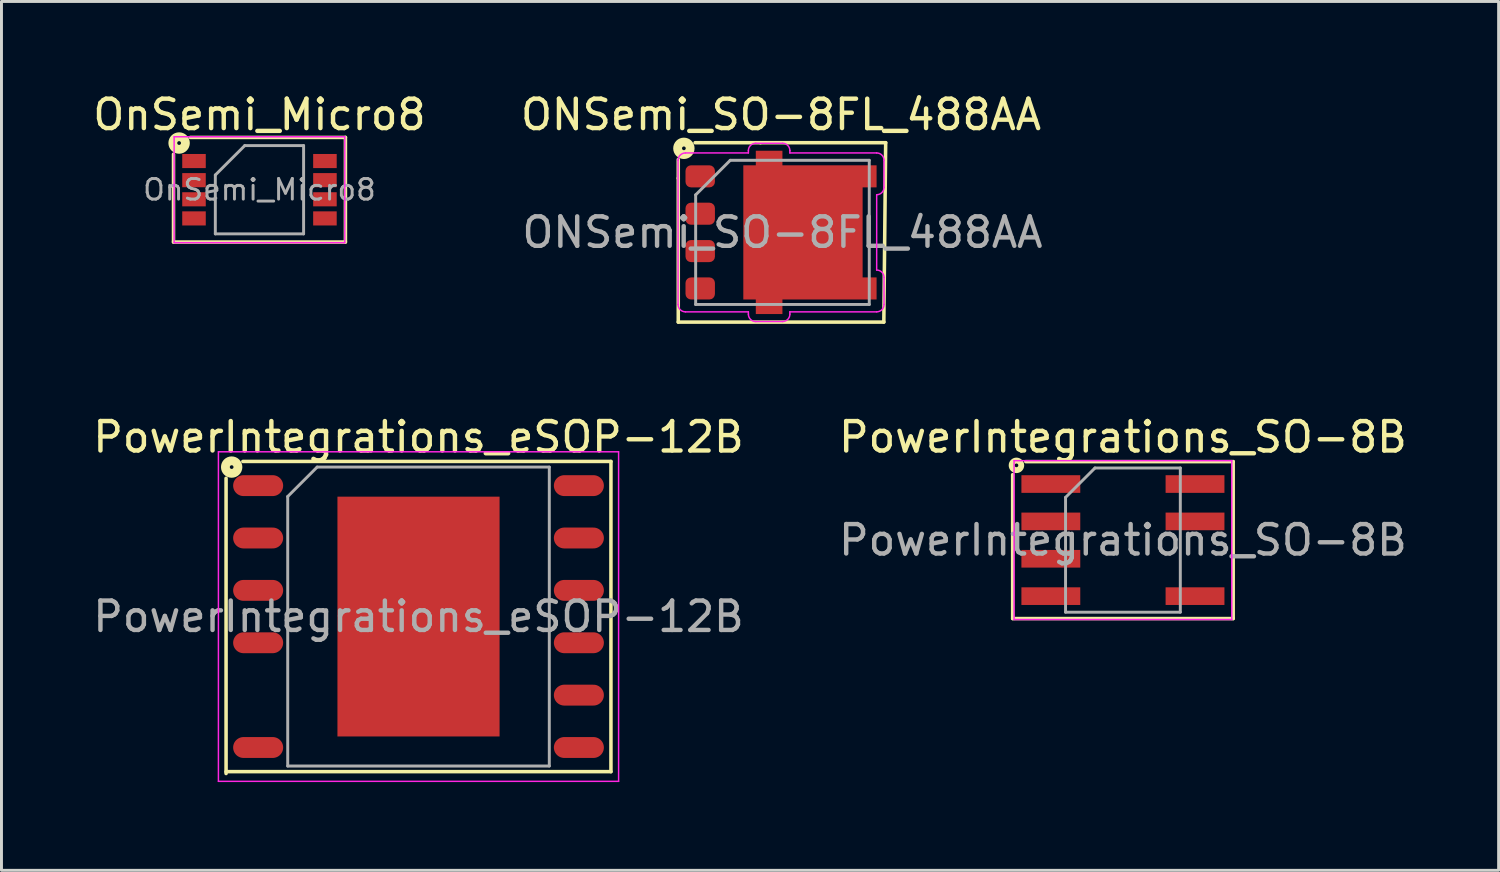
<source format=kicad_pcb>
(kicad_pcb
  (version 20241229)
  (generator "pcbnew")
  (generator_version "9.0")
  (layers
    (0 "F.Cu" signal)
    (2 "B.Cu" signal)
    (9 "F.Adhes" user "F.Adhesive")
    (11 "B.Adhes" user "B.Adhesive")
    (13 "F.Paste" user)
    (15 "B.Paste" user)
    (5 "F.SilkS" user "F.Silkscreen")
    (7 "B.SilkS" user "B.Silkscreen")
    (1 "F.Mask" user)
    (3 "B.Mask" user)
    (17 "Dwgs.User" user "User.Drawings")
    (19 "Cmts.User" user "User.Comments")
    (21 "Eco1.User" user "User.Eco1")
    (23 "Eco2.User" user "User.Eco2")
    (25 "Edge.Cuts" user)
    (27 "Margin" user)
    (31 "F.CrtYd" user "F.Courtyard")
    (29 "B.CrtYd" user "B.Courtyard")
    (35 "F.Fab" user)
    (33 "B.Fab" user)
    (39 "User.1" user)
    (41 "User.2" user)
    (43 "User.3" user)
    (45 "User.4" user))
  (footprint "ONSemi_SO-8FL_488AA"
    (layer "F.Cu")
    (at 23.494 4.848)
    (property "Reference" "ONSemi_SO-8FL_488AA" (at 0 -4 0) (layer "F.SilkS") (effects (font (size 1 1) (thickness 0.15))))
    (attr smd)
    (fp_line (start -3.493 -1.841) (end -3.493 -2.477) (stroke (width 0.12) (type solid)) (layer "F.SilkS"))
    (fp_line (start -3.493 -1.841) (end -3.493 3.048) (stroke (width 0.12) (type solid)) (layer "F.SilkS"))
    (fp_line (start -3.493 3.048) (end 3.493 3.048) (stroke (width 0.12) (type solid)) (layer "F.SilkS"))
    (fp_line (start -0.699 -3.048) (end -2.921 -3.048) (stroke (width 0.12) (type solid)) (layer "F.SilkS"))
    (fp_line (start 3.493 3.048) (end 3.556 -3.048) (stroke (width 0.12) (type solid)) (layer "F.SilkS"))
    (fp_line (start 3.556 -3.048) (end -0.699 -3.048) (stroke (width 0.12) (type solid)) (layer "F.SilkS"))
    (fp_circle (center -3.302 -2.857) (end -3.239 -2.857) (stroke (width 0.3) (type solid)) (fill no) (layer "F.SilkS"))
    (fp_line (start -3.5 2.45) (end -3.5 -2.45) (stroke (width 0.05) (type solid)) (layer "F.CrtYd"))
    (fp_line (start -3.25 -2.7) (end -1.11 -2.7) (stroke (width 0.05) (type solid)) (layer "F.CrtYd"))
    (fp_line (start -3.25 2.7) (end -1.11 2.7) (stroke (width 0.05) (type solid)) (layer "F.CrtYd"))
    (fp_line (start -1.11 -2.78) (end -1.11 -2.7) (stroke (width 0.05) (type solid)) (layer "F.CrtYd"))
    (fp_line (start -1.11 2.7) (end -1.11 2.78) (stroke (width 0.05) (type solid)) (layer "F.CrtYd"))
    (fp_line (start -0.86 -3.03) (end 0.05 -3.03) (stroke (width 0.05) (type solid)) (layer "F.CrtYd"))
    (fp_line (start -0.86 3.03) (end 0.05 3.03) (stroke (width 0.05) (type solid)) (layer "F.CrtYd"))
    (fp_line (start 0.3 -2.7) (end 0.3 -2.78) (stroke (width 0.05) (type solid)) (layer "F.CrtYd"))
    (fp_line (start 0.3 -2.7) (end 3.25 -2.7) (stroke (width 0.05) (type solid)) (layer "F.CrtYd"))
    (fp_line (start 0.3 2.7) (end 3.25 2.7) (stroke (width 0.05) (type solid)) (layer "F.CrtYd"))
    (fp_line (start 0.3 2.78) (end 0.3 2.7) (stroke (width 0.05) (type solid)) (layer "F.CrtYd"))
    (fp_line (start 3.25 1.28) (end 3.25 -1.28) (stroke (width 0.05) (type solid)) (layer "F.CrtYd"))
    (fp_line (start 3.5 -1.53) (end 3.5 -2.45) (stroke (width 0.05) (type solid)) (layer "F.CrtYd"))
    (fp_line (start 3.5 2.45) (end 3.5 1.53) (stroke (width 0.05) (type solid)) (layer "F.CrtYd"))
    (fp_arc (start -3.5 -2.45) (mid -3.426777 -2.626777) (end -3.25 -2.7) (stroke (width 0.05) (type solid)) (layer "F.CrtYd"))
    (fp_arc (start -3.25 2.7) (mid -3.426777 2.626777) (end -3.5 2.45) (stroke (width 0.05) (type solid)) (layer "F.CrtYd"))
    (fp_arc (start -1.11 -2.78) (mid -1.036777 -2.956777) (end -0.86 -3.03) (stroke (width 0.05) (type solid)) (layer "F.CrtYd"))
    (fp_arc (start -0.86 3.03) (mid -1.036777 2.956777) (end -1.11 2.78) (stroke (width 0.05) (type solid)) (layer "F.CrtYd"))
    (fp_arc (start 0.05 -3.03) (mid 0.226777 -2.956777) (end 0.3 -2.78) (stroke (width 0.05) (type solid)) (layer "F.CrtYd"))
    (fp_arc (start 0.3 2.78) (mid 0.226777 2.956777) (end 0.05 3.03) (stroke (width 0.05) (type solid)) (layer "F.CrtYd"))
    (fp_arc (start 3.25 -2.7) (mid 3.426777 -2.626777) (end 3.5 -2.45) (stroke (width 0.05) (type solid)) (layer "F.CrtYd"))
    (fp_arc (start 3.25 1.28) (mid 3.426777 1.353223) (end 3.5 1.53) (stroke (width 0.05) (type solid)) (layer "F.CrtYd"))
    (fp_arc (start 3.5 -1.53) (mid 3.426777 -1.353223) (end 3.25 -1.28) (stroke (width 0.05) (type solid)) (layer "F.CrtYd"))
    (fp_arc (start 3.5 2.45) (mid 3.426777 2.626777) (end 3.25 2.7) (stroke (width 0.05) (type solid)) (layer "F.CrtYd"))
    (fp_line (start -2.902 -1.275) (end -2.902 2.45) (stroke (width 0.1) (type solid)) (layer "F.Fab"))
    (fp_line (start -1.727 -2.45) (end -2.902 -1.275) (stroke (width 0.1) (type solid)) (layer "F.Fab"))
    (fp_line (start 2.998 -2.45) (end -1.727 -2.45) (stroke (width 0.1) (type solid)) (layer "F.Fab"))
    (fp_line (start 2.998 -2.45) (end 2.998 2.45) (stroke (width 0.1) (type solid)) (layer "F.Fab"))
    (fp_line (start 2.998 2.45) (end -2.902 2.45) (stroke (width 0.1) (type solid)) (layer "F.Fab"))
    (fp_text user "${REFERENCE}" (at 0.048 0 0) (layer "F.Fab") (effects (font (size 1 1) (thickness 0.15))))
    (pad "1" smd roundrect (at -2.747 -1.905) (size 1 0.75) (layers "F.Cu" "F.Mask" "F.Paste") (roundrect_rratio 0.25))
    (pad "2" smd roundrect (at -2.747 -0.635) (size 1 0.75) (layers "F.Cu" "F.Mask" "F.Paste") (roundrect_rratio 0.25))
    (pad "3" smd roundrect (at -2.747 0.635) (size 1 0.75) (layers "F.Cu" "F.Mask" "F.Paste") (roundrect_rratio 0.25))
    (pad "4" smd roundrect (at -2.747 1.905) (size 1 0.75) (layers "F.Cu" "F.Mask" "F.Paste") (roundrect_rratio 0.25))
    (pad "5" smd custom (at 0.745 0) (size 4.055 4.56) (layers "F.Cu" "F.Mask" "F.Paste") (options (anchor rect)) (primitives (gr_poly (pts (xy -0.698 -2.28) (xy 2.502 -2.28) (xy 2.502 -1.53) (xy 1.905 -1.53) (xy 1.905 1.53) (xy 2.502 1.53) (xy 2.502 2.28) (xy -0.698 2.28) (xy -0.698 2.775) (xy -1.603 2.775) (xy -1.603 -2.775) (xy -0.698 -2.775)) (width 0) (fill yes)))))
  (footprint "PowerIntegrations_eSOP-12B"
    (layer "F.Cu")
    (at 11.173 17.904)
    (property "Reference" "PowerIntegrations_eSOP-12B" (at 0 -6.1 0) (layer "F.SilkS") (effects (font (size 1 1) (thickness 0.15))))
    (attr smd)
    (fp_line (start -6.54 -4.699) (end -6.54 5.334) (stroke (width 0.12) (type solid)) (layer "F.SilkS"))
    (fp_line (start -5.969 -5.271) (end 6.54 -5.271) (stroke (width 0.12) (type solid)) (layer "F.SilkS"))
    (fp_line (start 6.54 -5.271) (end 6.54 5.271) (stroke (width 0.12) (type solid)) (layer "F.SilkS"))
    (fp_line (start 6.54 5.271) (end -6.54 5.271) (stroke (width 0.12) (type solid)) (layer "F.SilkS"))
    (fp_circle (center -6.35 -5.08) (end -6.287 -5.08) (stroke (width 0.3) (type solid)) (fill no) (layer "F.SilkS"))
    (fp_line (start -6.8 -5.6) (end 6.8 -5.6) (stroke (width 0.05) (type solid)) (layer "F.CrtYd"))
    (fp_line (start -6.8 5.6) (end -6.8 -5.6) (stroke (width 0.05) (type solid)) (layer "F.CrtYd"))
    (fp_line (start 6.8 -5.6) (end 6.8 5.6) (stroke (width 0.05) (type solid)) (layer "F.CrtYd"))
    (fp_line (start 6.8 5.6) (end -6.8 5.6) (stroke (width 0.05) (type solid)) (layer "F.CrtYd"))
    (fp_line (start -4.445 -4.08) (end -4.445 5.08) (stroke (width 0.1) (type solid)) (layer "F.Fab"))
    (fp_line (start -4.445 -4.08) (end -3.445 -5.08) (stroke (width 0.1) (type solid)) (layer "F.Fab"))
    (fp_line (start -4.445 5.08) (end 4.445 5.08) (stroke (width 0.1) (type solid)) (layer "F.Fab"))
    (fp_line (start 4.445 -5.08) (end -3.445 -5.08) (stroke (width 0.1) (type solid)) (layer "F.Fab"))
    (fp_line (start 4.445 5.08) (end 4.445 -5.08) (stroke (width 0.1) (type solid)) (layer "F.Fab"))
    (fp_text user "${REFERENCE}" (at 0 0 0) (layer "F.Fab") (effects (font (size 1 1) (thickness 0.15))))
    (pad "1" smd oval (at -5.45 -4.45 270) (size 0.71 1.7) (layers "F.Cu" "F.Mask" "F.Paste"))
    (pad "2" smd oval (at -5.45 -2.67 270) (size 0.71 1.7) (layers "F.Cu" "F.Mask" "F.Paste"))
    (pad "3" smd oval (at -5.45 -0.89 270) (size 0.71 1.7) (layers "F.Cu" "F.Mask" "F.Paste"))
    (pad "4" smd oval (at -5.45 0.89 270) (size 0.71 1.7) (layers "F.Cu" "F.Mask" "F.Paste"))
    (pad "6" smd oval (at -5.45 4.45 270) (size 0.71 1.7) (layers "F.Cu" "F.Mask" "F.Paste"))
    (pad "7" smd oval (at 5.45 4.45 270) (size 0.71 1.7) (layers "F.Cu" "F.Mask" "F.Paste"))
    (pad "8" smd oval (at 5.45 2.67 270) (size 0.71 1.7) (layers "F.Cu" "F.Mask" "F.Paste"))
    (pad "9" smd oval (at 5.45 0.89 270) (size 0.71 1.7) (layers "F.Cu" "F.Mask" "F.Paste"))
    (pad "10" smd oval (at 5.45 -0.89 270) (size 0.71 1.7) (layers "F.Cu" "F.Mask" "F.Paste"))
    (pad "11" smd oval (at 5.45 -2.67 270) (size 0.71 1.7) (layers "F.Cu" "F.Mask" "F.Paste"))
    (pad "12" smd oval (at 5.45 -4.45 270) (size 0.71 1.7) (layers "F.Cu" "F.Mask" "F.Paste"))
    (pad "13" smd rect (at 0 0 270) (size 8.15 5.51) (layers "F.Cu" "F.Mask" "F.Paste")))
  (footprint "PowerIntegrations_SO-8B"
    (layer "F.Cu")
    (at 35.113 15.305)
    (property "Reference" "PowerIntegrations_SO-8B" (at 0 -3.5 0) (layer "F.SilkS") (effects (font (size 1 1) (thickness 0.15))))
    (attr smd)
    (fp_line (start -3.747 2.667) (end -3.747 -2.223) (stroke (width 0.12) (type solid)) (layer "F.SilkS"))
    (fp_line (start -3.302 -2.667) (end 3.747 -2.667) (stroke (width 0.12) (type solid)) (layer "F.SilkS"))
    (fp_line (start 3.747 -2.667) (end 3.747 2.667) (stroke (width 0.12) (type solid)) (layer "F.SilkS"))
    (fp_line (start 3.747 2.667) (end -3.747 2.667) (stroke (width 0.12) (type solid)) (layer "F.SilkS"))
    (fp_circle (center -3.619 -2.54) (end -3.556 -2.54) (stroke (width 0.2) (type solid)) (fill no) (layer "F.SilkS"))
    (fp_line (start -3.7 -2.7) (end -3.7 2.7) (stroke (width 0.05) (type solid)) (layer "F.CrtYd"))
    (fp_line (start -3.7 -2.7) (end 3.7 -2.7) (stroke (width 0.05) (type solid)) (layer "F.CrtYd"))
    (fp_line (start 3.7 2.7) (end -3.7 2.7) (stroke (width 0.05) (type solid)) (layer "F.CrtYd"))
    (fp_line (start 3.7 2.7) (end 3.7 -2.7) (stroke (width 0.05) (type solid)) (layer "F.CrtYd"))
    (fp_line (start -1.95 -1.45) (end -0.95 -2.45) (stroke (width 0.1) (type solid)) (layer "F.Fab"))
    (fp_line (start -1.95 2.45) (end -1.95 -1.45) (stroke (width 0.1) (type solid)) (layer "F.Fab"))
    (fp_line (start -0.95 -2.45) (end 1.95 -2.45) (stroke (width 0.1) (type solid)) (layer "F.Fab"))
    (fp_line (start 1.95 -2.45) (end 1.95 2.45) (stroke (width 0.1) (type solid)) (layer "F.Fab"))
    (fp_line (start 1.95 2.45) (end -1.95 2.45) (stroke (width 0.1) (type solid)) (layer "F.Fab"))
    (fp_text user "${REFERENCE}" (at 0 0 0) (layer "F.Fab") (effects (font (size 1 1) (thickness 0.15))))
    (pad "1" smd rect (at -2.45 -1.905) (size 2 0.6) (layers "F.Cu" "F.Mask" "F.Paste"))
    (pad "2" smd rect (at -2.45 -0.635) (size 2 0.6) (layers "F.Cu" "F.Mask" "F.Paste"))
    (pad "3" smd rect (at -2.45 0.635) (size 2 0.6) (layers "F.Cu" "F.Mask" "F.Paste"))
    (pad "4" smd rect (at -2.45 1.905) (size 2 0.6) (layers "F.Cu" "F.Mask" "F.Paste"))
    (pad "5" smd rect (at 2.45 1.905) (size 2 0.6) (layers "F.Cu" "F.Mask" "F.Paste"))
    (pad "7" smd rect (at 2.45 -0.635) (size 2 0.6) (layers "F.Cu" "F.Mask" "F.Paste"))
    (pad "8" smd rect (at 2.45 -1.905) (size 2 0.6) (layers "F.Cu" "F.Mask" "F.Paste")))
  (footprint "OnSemi_Micro8"
    (layer "F.Cu")
    (at 5.768 3.398)
    (property "Reference" "OnSemi_Micro8" (at 0 -2.55 0) (layer "F.SilkS") (effects (font (size 1 1) (thickness 0.15))))
    (attr smd)
    (fp_line (start -2.921 -1.206) (end -2.921 1.778) (stroke (width 0.12) (type solid)) (layer "F.SilkS"))
    (fp_line (start -2.921 1.778) (end 2.921 1.778) (stroke (width 0.12) (type solid)) (layer "F.SilkS"))
    (fp_line (start 2.921 -1.778) (end -2.349 -1.778) (stroke (width 0.12) (type solid)) (layer "F.SilkS"))
    (fp_line (start 2.921 1.778) (end 2.921 -1.778) (stroke (width 0.12) (type solid)) (layer "F.SilkS"))
    (fp_circle (center -2.731 -1.587) (end -2.667 -1.587) (stroke (width 0.3) (type solid)) (fill no) (layer "F.SilkS"))
    (fp_line (start -2.9 -1.8) (end -2.9 1.8) (stroke (width 0.05) (type solid)) (layer "F.CrtYd"))
    (fp_line (start -2.9 -1.8) (end 2.9 -1.8) (stroke (width 0.05) (type solid)) (layer "F.CrtYd"))
    (fp_line (start -2.9 1.8) (end 2.9 1.8) (stroke (width 0.05) (type solid)) (layer "F.CrtYd"))
    (fp_line (start 2.9 -1.8) (end 2.9 1.8) (stroke (width 0.05) (type solid)) (layer "F.CrtYd"))
    (fp_line (start -1.5 -0.5) (end -0.5 -1.5) (stroke (width 0.1) (type solid)) (layer "F.Fab"))
    (fp_line (start -1.5 1.5) (end -1.5 -0.5) (stroke (width 0.1) (type solid)) (layer "F.Fab"))
    (fp_line (start -0.5 -1.5) (end 1.5 -1.5) (stroke (width 0.1) (type solid)) (layer "F.Fab"))
    (fp_line (start 1.5 -1.5) (end 1.5 1.5) (stroke (width 0.1) (type solid)) (layer "F.Fab"))
    (fp_line (start 1.5 1.5) (end -1.5 1.5) (stroke (width 0.1) (type solid)) (layer "F.Fab"))
    (fp_text user "${REFERENCE}" (at 0 0 0) (layer "F.Fab") (effects (font (size 0.7 0.7) (thickness 0.1))))
    (pad "1" smd rect (at -2.225 -0.975) (size 0.8 0.48) (layers "F.Cu" "F.Mask" "F.Paste"))
    (pad "2" smd rect (at -2.225 -0.325) (size 0.8 0.48) (layers "F.Cu" "F.Mask" "F.Paste"))
    (pad "3" smd rect (at -2.225 0.325) (size 0.8 0.48) (layers "F.Cu" "F.Mask" "F.Paste"))
    (pad "4" smd rect (at -2.225 0.975) (size 0.8 0.48) (layers "F.Cu" "F.Mask" "F.Paste"))
    (pad "5" smd rect (at 2.225 0.975) (size 0.8 0.48) (layers "F.Cu" "F.Mask" "F.Paste"))
    (pad "6" smd rect (at 2.225 0.325) (size 0.8 0.48) (layers "F.Cu" "F.Mask" "F.Paste"))
    (pad "7" smd rect (at 2.225 -0.325) (size 0.8 0.48) (layers "F.Cu" "F.Mask" "F.Paste"))
    (pad "8" smd rect (at 2.225 -0.975) (size 0.8 0.48) (layers "F.Cu" "F.Mask" "F.Paste")))
  (gr_rect
    (start -3 -3)
    (end 47.881 26.529)
    (stroke (width 0.1) (type default))
    (fill no)
    (layer "Edge.Cuts")))
</source>
